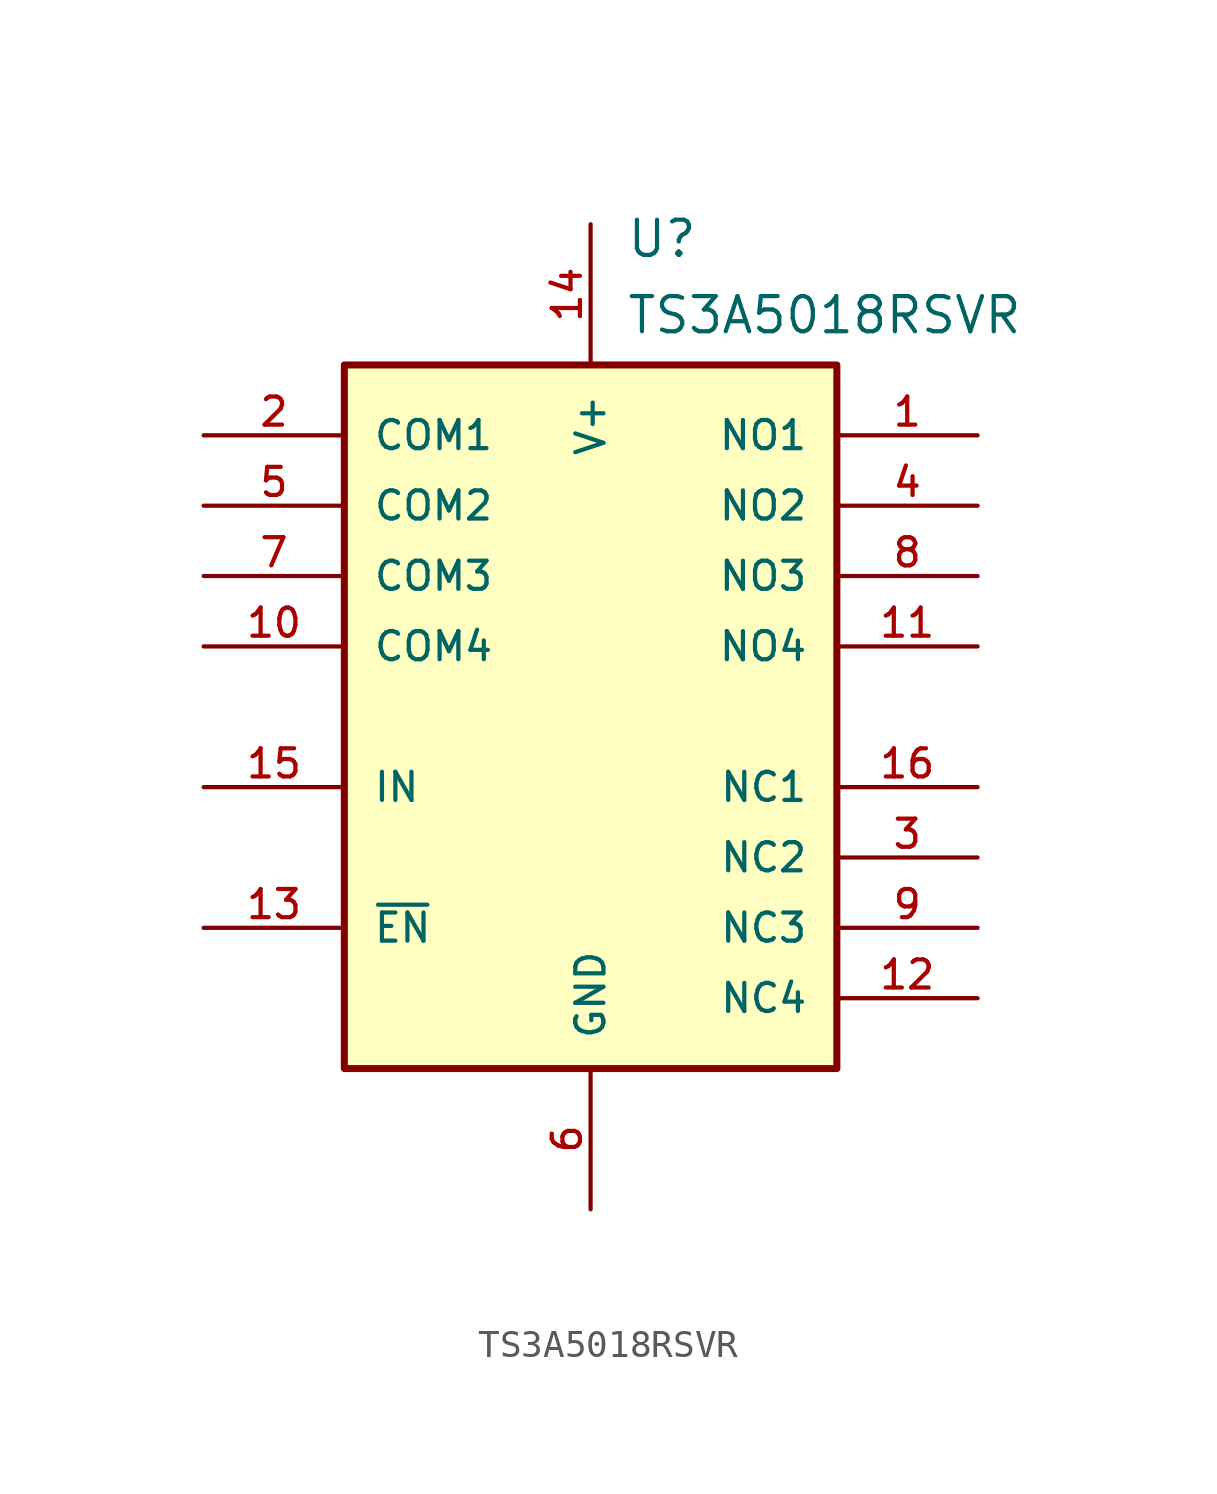
<source format=kicad_sym>
(kicad_symbol_lib
  (version 20241209)
  (generator "kicad_symbol_editor")
  (generator_version "9.0")
  (symbol "TS3A5018RSVR"
    (pin_names
      (offset 1.016))
    (property "Reference" "U"
      (at 15.24 6.35 0)
      (effects (font (size 1.27 1.27)) (justify left bottom)))
    (property "Value" "TS3A5018RSVR"
      (at 15.24 5.08 0)
      (effects (font (size 1.27 1.27)) (justify left top)))
    (symbol "TS3A5018RSVR_0_0"
      (rectangle (start 5.08 2.54) (end 22.86 -22.86) (stroke (width 0.254) (type default)) (fill (type background)))
      (pin bidirectional line (at 0 0 0) (length 5.08) (name "COM1" (effects (font (size 1.016 1.016)))) (number "2" (effects (font (size 1.016 1.016)))))
      (pin bidirectional line (at 0 -2.54 0) (length 5.08) (name "COM2" (effects (font (size 1.016 1.016)))) (number "5" (effects (font (size 1.016 1.016)))))
      (pin bidirectional line (at 0 -5.08 0) (length 5.08) (name "COM3" (effects (font (size 1.016 1.016)))) (number "7" (effects (font (size 1.016 1.016)))))
      (pin bidirectional line (at 0 -7.62 0) (length 5.08) (name "COM4" (effects (font (size 1.016 1.016)))) (number "10" (effects (font (size 1.016 1.016)))))
      (pin input line (at 0 -12.7 0) (length 5.08) (name "IN" (effects (font (size 1.016 1.016)))) (number "15" (effects (font (size 1.016 1.016)))))
      (pin input line (at 0 -17.78 0) (length 5.08) (name "~{EN}" (effects (font (size 1.016 1.016)))) (number "13" (effects (font (size 1.016 1.016)))))
      (pin power_in line (at 13.97 7.62 270) (length 5.08) (name "V+" (effects (font (size 1.016 1.016)))) (number "14" (effects (font (size 1.016 1.016)))))
      (pin power_in line (at 13.97 -27.94 90) (length 5.08) (name "GND" (effects (font (size 1.016 1.016)))) (number "6" (effects (font (size 1.016 1.016)))))
      (pin bidirectional line (at 27.94 0 180) (length 5.08) (name "NO1" (effects (font (size 1.016 1.016)))) (number "1" (effects (font (size 1.016 1.016)))))
      (pin bidirectional line (at 27.94 -2.54 180) (length 5.08) (name "NO2" (effects (font (size 1.016 1.016)))) (number "4" (effects (font (size 1.016 1.016)))))
      (pin bidirectional line (at 27.94 -5.08 180) (length 5.08) (name "NO3" (effects (font (size 1.016 1.016)))) (number "8" (effects (font (size 1.016 1.016)))))
      (pin bidirectional line (at 27.94 -7.62 180) (length 5.08) (name "NO4" (effects (font (size 1.016 1.016)))) (number "11" (effects (font (size 1.016 1.016)))))
      (pin bidirectional line (at 27.94 -12.7 180) (length 5.08) (name "NC1" (effects (font (size 1.016 1.016)))) (number "16" (effects (font (size 1.016 1.016)))))
      (pin bidirectional line (at 27.94 -15.24 180) (length 5.08) (name "NC2" (effects (font (size 1.016 1.016)))) (number "3" (effects (font (size 1.016 1.016)))))
      (pin bidirectional line (at 27.94 -17.78 180) (length 5.08) (name "NC3" (effects (font (size 1.016 1.016)))) (number "9" (effects (font (size 1.016 1.016)))))
      (pin bidirectional line (at 27.94 -20.32 180) (length 5.08) (name "NC4" (effects (font (size 1.016 1.016)))) (number "12" (effects (font (size 1.016 1.016))))))))
</source>
